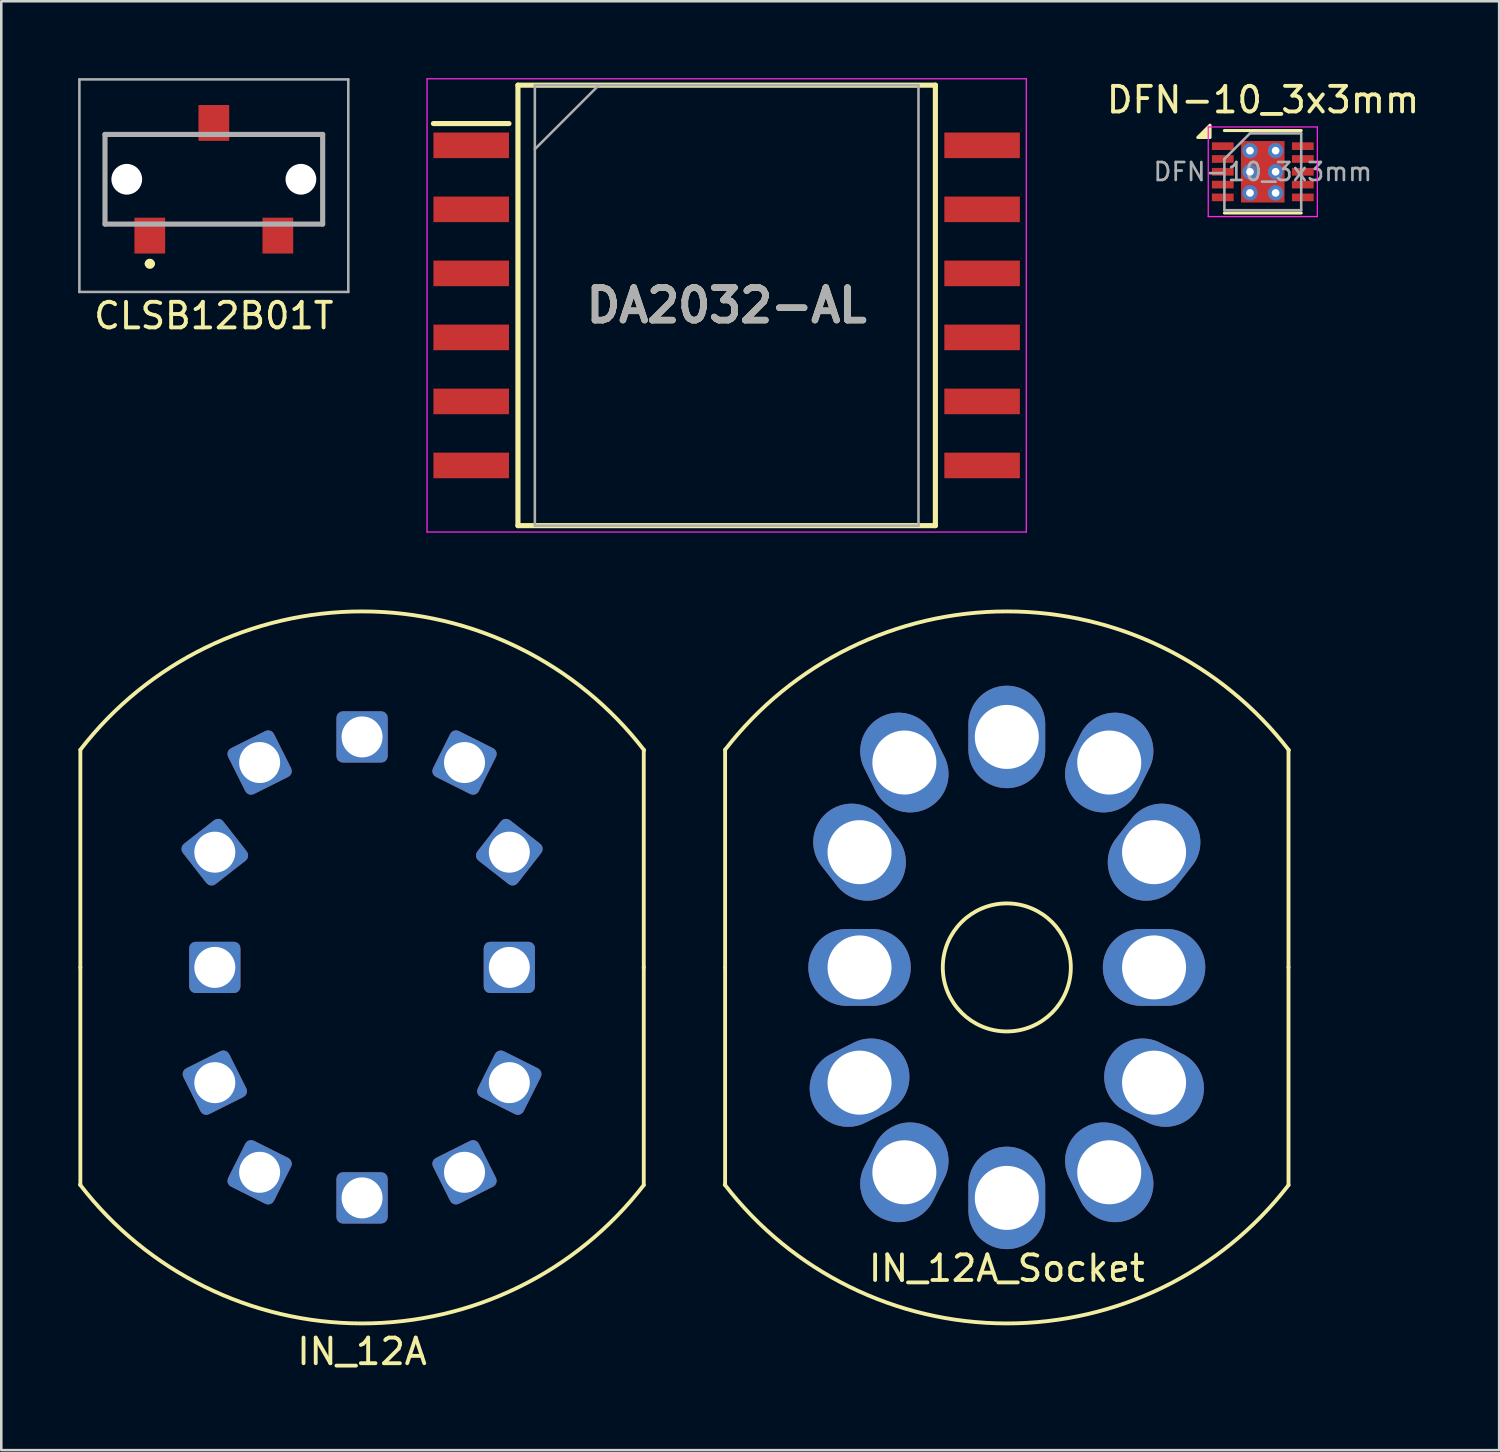
<source format=kicad_pcb>
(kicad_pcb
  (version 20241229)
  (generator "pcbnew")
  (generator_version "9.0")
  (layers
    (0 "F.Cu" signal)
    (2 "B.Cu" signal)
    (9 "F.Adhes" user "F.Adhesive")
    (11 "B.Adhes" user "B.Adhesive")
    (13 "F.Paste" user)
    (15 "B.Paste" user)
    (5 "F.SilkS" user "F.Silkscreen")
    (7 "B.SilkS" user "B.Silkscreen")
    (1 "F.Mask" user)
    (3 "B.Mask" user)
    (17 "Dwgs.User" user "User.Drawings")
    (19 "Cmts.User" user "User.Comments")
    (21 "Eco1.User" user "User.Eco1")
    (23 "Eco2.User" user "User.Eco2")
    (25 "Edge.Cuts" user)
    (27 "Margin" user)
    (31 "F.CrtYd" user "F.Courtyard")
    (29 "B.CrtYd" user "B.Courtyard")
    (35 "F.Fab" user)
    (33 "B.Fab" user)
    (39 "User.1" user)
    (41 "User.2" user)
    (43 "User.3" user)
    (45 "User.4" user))
  (footprint "CLSB12B01T"
    (layer "F.Cu")
    (at 5.3 4.55)
    (property "Reference" "CLSB12B01T" (at 0 4.73 0) (layer "F.SilkS") (effects (font (size 1 1) (thickness 0.15))))
    (attr smd)
    (fp_line (start -4.25 -2.35) (end -1 -2.35) (stroke (width 0.1) (type solid)) (layer "F.SilkS"))
    (fp_line (start -4.25 1.15) (end -4.25 -2.35) (stroke (width 0.1) (type solid)) (layer "F.SilkS"))
    (fp_line (start -3.5 1.15) (end -4.25 1.15) (stroke (width 0.1) (type solid)) (layer "F.SilkS"))
    (fp_line (start 1 -2.35) (end 4.25 -2.35) (stroke (width 0.1) (type solid)) (layer "F.SilkS"))
    (fp_line (start 4.25 -2.35) (end 4.25 1.15) (stroke (width 0.1) (type solid)) (layer "F.SilkS"))
    (fp_line (start 4.25 1.15) (end 3.5 1.15) (stroke (width 0.1) (type solid)) (layer "F.SilkS"))
    (fp_arc (start -2.6 2.7) (mid -2.5 2.6) (end -2.4 2.7) (stroke (width 0.2) (type solid)) (layer "F.SilkS"))
    (fp_arc (start -2.4 2.7) (mid -2.5 2.8) (end -2.6 2.7) (stroke (width 0.2) (type solid)) (layer "F.SilkS"))
    (fp_line (start -5.25 -4.5) (end 5.25 -4.5) (stroke (width 0.1) (type solid)) (layer "F.Fab"))
    (fp_line (start -5.25 3.8) (end -5.25 -4.5) (stroke (width 0.1) (type solid)) (layer "F.Fab"))
    (fp_line (start -4.25 -2.35) (end 4.25 -2.35) (stroke (width 0.2) (type solid)) (layer "F.Fab"))
    (fp_line (start -4.25 1.15) (end -4.25 -2.35) (stroke (width 0.2) (type solid)) (layer "F.Fab"))
    (fp_line (start 4.25 -2.35) (end 4.25 1.15) (stroke (width 0.2) (type solid)) (layer "F.Fab"))
    (fp_line (start 4.25 1.15) (end -4.25 1.15) (stroke (width 0.2) (type solid)) (layer "F.Fab"))
    (fp_line (start 5.25 -4.5) (end 5.25 3.8) (stroke (width 0.1) (type solid)) (layer "F.Fab"))
    (fp_line (start 5.25 3.8) (end -5.25 3.8) (stroke (width 0.1) (type solid)) (layer "F.Fab"))
    (pad "" np_thru_hole circle (at -3.4 -0.6) (size 1.2 1.2) (drill 1.2) (layers "*.Cu" "*.Mask"))
    (pad "" np_thru_hole circle (at 3.4 -0.6) (size 1.2 1.2) (drill 1.2) (layers "*.Cu" "*.Mask"))
    (pad "1" smd rect (at -2.5 1.6) (size 1.2 1.4) (layers "F.Cu" "F.Mask" "F.Paste"))
    (pad "2" smd rect (at 0 -2.8) (size 1.2 1.4) (layers "F.Cu" "F.Mask" "F.Paste"))
    (pad "3" smd rect (at 2.5 1.6) (size 1.2 1.4) (layers "F.Cu" "F.Mask" "F.Paste")))
  (footprint "IN_12A"
    (layer "F.Cu")
    (at 11.088 34.726)
    (property "Reference" "IN_12A" (at 0 15 0) (layer "F.SilkS") (effects (font (size 1 1) (thickness 0.15))))
    (attr through_hole)
    (fp_line (start -11 0) (end -11 -8.5) (stroke (width 0.15) (type solid)) (layer "F.SilkS"))
    (fp_line (start -11 0) (end -11 8.5) (stroke (width 0.15) (type solid)) (layer "F.SilkS"))
    (fp_line (start 11 0) (end 11 -8.5) (stroke (width 0.15) (type solid)) (layer "F.SilkS"))
    (fp_line (start 11 0) (end 11 8.5) (stroke (width 0.15) (type solid)) (layer "F.SilkS"))
    (fp_arc (start -11 -8.5) (mid 0.010734 -13.901435) (end 11.013113 -8.483003) (stroke (width 0.15) (type solid)) (layer "F.SilkS"))
    (fp_arc (start 11 8.5) (mid -0.010734 13.901435) (end -11.013113 8.483003) (stroke (width 0.15) (type solid)) (layer "F.SilkS"))
    (pad "1" thru_hole roundrect (at 4 -8 333.4) (size 2 2) (drill 1.6) (layers "*.Cu" "*.Mask") (roundrect_rratio 0.125))
    (pad "2" thru_hole roundrect (at 5.75 -4.5 322) (size 2 2) (drill 1.6) (layers "*.Cu" "*.Mask") (roundrect_rratio 0.125))
    (pad "3" thru_hole roundrect (at 5.75 0 270) (size 2 2) (drill 1.6) (layers "*.Cu" "*.Mask") (roundrect_rratio 0.125))
    (pad "4" thru_hole roundrect (at 5.75 4.5 243.4) (size 2 2) (drill 1.6) (layers "*.Cu" "*.Mask") (roundrect_rratio 0.125))
    (pad "5" thru_hole roundrect (at 4 8 206.6) (size 2 2) (drill 1.6) (layers "*.Cu" "*.Mask") (roundrect_rratio 0.125))
    (pad "6" thru_hole roundrect (at 0 9) (size 2 2) (drill 1.6) (layers "*.Cu" "*.Mask") (roundrect_rratio 0.125))
    (pad "7" thru_hole roundrect (at -4 8 153.4) (size 2 2) (drill 1.6) (layers "*.Cu" "*.Mask") (roundrect_rratio 0.125))
    (pad "8" thru_hole roundrect (at -5.75 4.5 116.6) (size 2 2) (drill 1.6) (layers "*.Cu" "*.Mask") (roundrect_rratio 0.125))
    (pad "9" thru_hole roundrect (at -5.75 0 90) (size 2 2) (drill 1.6) (layers "*.Cu" "*.Mask") (roundrect_rratio 0.125))
    (pad "10" thru_hole roundrect (at -5.75 -4.5 38) (size 2 2) (drill 1.6) (layers "*.Cu" "*.Mask") (roundrect_rratio 0.125))
    (pad "11" thru_hole roundrect (at -4 -8 26.6) (size 2 2) (drill 1.6) (layers "*.Cu" "*.Mask") (roundrect_rratio 0.125))
    (pad "12" thru_hole roundrect (at 0 -9) (size 2 2) (drill 1.6) (layers "*.Cu" "*.Mask") (roundrect_rratio 0.125)))
  (footprint "DA2032-AL"
    (layer "F.Cu")
    (at 25.325 8.875)
    (property "Reference" "DA2032-AL" (at 0 0 0) (layer "F.SilkS") (effects (font (size 1.27 1.27) (thickness 0.254))))
    (attr smd)
    (fp_line (start -11.45 -7.1) (end -8.5 -7.1) (stroke (width 0.2) (type solid)) (layer "F.SilkS"))
    (fp_line (start -8.15 -8.6) (end 8.15 -8.6) (stroke (width 0.2) (type solid)) (layer "F.SilkS"))
    (fp_line (start -8.15 8.6) (end -8.15 -8.6) (stroke (width 0.2) (type solid)) (layer "F.SilkS"))
    (fp_line (start 8.15 -8.6) (end 8.15 8.6) (stroke (width 0.2) (type solid)) (layer "F.SilkS"))
    (fp_line (start 8.15 8.6) (end -8.15 8.6) (stroke (width 0.2) (type solid)) (layer "F.SilkS"))
    (fp_line (start -11.7 -8.85) (end 11.7 -8.85) (stroke (width 0.05) (type solid)) (layer "F.CrtYd"))
    (fp_line (start -11.7 8.85) (end -11.7 -8.85) (stroke (width 0.05) (type solid)) (layer "F.CrtYd"))
    (fp_line (start 11.7 -8.85) (end 11.7 8.85) (stroke (width 0.05) (type solid)) (layer "F.CrtYd"))
    (fp_line (start 11.7 8.85) (end -11.7 8.85) (stroke (width 0.05) (type solid)) (layer "F.CrtYd"))
    (fp_line (start -7.49 -8.6) (end 7.49 -8.6) (stroke (width 0.1) (type solid)) (layer "F.Fab"))
    (fp_line (start -7.49 -6.1) (end -4.99 -8.6) (stroke (width 0.1) (type solid)) (layer "F.Fab"))
    (fp_line (start -7.49 8.6) (end -7.49 -8.6) (stroke (width 0.1) (type solid)) (layer "F.Fab"))
    (fp_line (start 7.49 -8.6) (end 7.49 8.6) (stroke (width 0.1) (type solid)) (layer "F.Fab"))
    (fp_line (start 7.49 8.6) (end -7.49 8.6) (stroke (width 0.1) (type solid)) (layer "F.Fab"))
    (fp_text user "${REFERENCE}" (at 0 0 0) (layer "F.Fab") (effects (font (size 1.27 1.27) (thickness 0.254))))
    (pad "1" smd rect (at -9.975 -6.25 90) (size 1 2.95) (layers "F.Cu" "F.Mask" "F.Paste"))
    (pad "2" smd rect (at -9.975 -3.75 90) (size 1 2.95) (layers "F.Cu" "F.Mask" "F.Paste"))
    (pad "3" smd rect (at -9.975 -1.25 90) (size 1 2.95) (layers "F.Cu" "F.Mask" "F.Paste"))
    (pad "4" smd rect (at -9.975 1.25 90) (size 1 2.95) (layers "F.Cu" "F.Mask" "F.Paste"))
    (pad "5" smd rect (at -9.975 3.75 90) (size 1 2.95) (layers "F.Cu" "F.Mask" "F.Paste"))
    (pad "6" smd rect (at -9.975 6.25 90) (size 1 2.95) (layers "F.Cu" "F.Mask" "F.Paste"))
    (pad "7" smd rect (at 9.975 6.25 90) (size 1 2.95) (layers "F.Cu" "F.Mask" "F.Paste"))
    (pad "8" smd rect (at 9.975 3.75 90) (size 1 2.95) (layers "F.Cu" "F.Mask" "F.Paste"))
    (pad "9" smd rect (at 9.975 1.25 90) (size 1 2.95) (layers "F.Cu" "F.Mask" "F.Paste"))
    (pad "10" smd rect (at 9.975 -1.25 90) (size 1 2.95) (layers "F.Cu" "F.Mask" "F.Paste"))
    (pad "11" smd rect (at 9.975 -3.75 90) (size 1 2.95) (layers "F.Cu" "F.Mask" "F.Paste"))
    (pad "12" smd rect (at 9.975 -6.25 90) (size 1 2.95) (layers "F.Cu" "F.Mask" "F.Paste")))
  (footprint "IN_12A_Socket"
    (layer "F.Cu")
    (at 36.264 34.726)
    (property "Reference" "IN_12A_Socket" (at 0 11.75 0) (layer "F.SilkS") (effects (font (size 1 1) (thickness 0.15))))
    (attr through_hole)
    (fp_line (start -11 0) (end -11 -8.5) (stroke (width 0.15) (type solid)) (layer "F.SilkS"))
    (fp_line (start -11 0) (end -11 8.5) (stroke (width 0.15) (type solid)) (layer "F.SilkS"))
    (fp_line (start 11 0) (end 11 -8.5) (stroke (width 0.15) (type solid)) (layer "F.SilkS"))
    (fp_line (start 11 0) (end 11 8.5) (stroke (width 0.15) (type solid)) (layer "F.SilkS"))
    (fp_arc (start -11 -8.5) (mid 0.010734 -13.901435) (end 11.013113 -8.483003) (stroke (width 0.15) (type solid)) (layer "F.SilkS"))
    (fp_arc (start 11 8.5) (mid -0.010734 13.901435) (end -11.013113 8.483003) (stroke (width 0.15) (type solid)) (layer "F.SilkS"))
    (fp_circle (center 0 0) (end 2.5 0) (stroke (width 0.15) (type solid)) (fill no) (layer "F.SilkS"))
    (pad "1" thru_hole oval (at 4 -8 333.4) (size 3 4) (drill 2.5) (layers "*.Cu" "*.Mask"))
    (pad "2" thru_hole oval (at 5.75 -4.5 322) (size 3 4) (drill 2.5) (layers "*.Cu" "*.Mask"))
    (pad "3" thru_hole oval (at 5.75 0 270) (size 3 4) (drill 2.5) (layers "*.Cu" "*.Mask"))
    (pad "4" thru_hole oval (at 5.75 4.5 243.4) (size 3 4) (drill 2.5) (layers "*.Cu" "*.Mask"))
    (pad "5" thru_hole oval (at 4 8 206.6) (size 3 4) (drill 2.5) (layers "*.Cu" "*.Mask"))
    (pad "6" thru_hole oval (at 0 9) (size 3 4) (drill 2.5) (layers "*.Cu" "*.Mask"))
    (pad "7" thru_hole oval (at -4 8 153.4) (size 3 4) (drill 2.5) (layers "*.Cu" "*.Mask"))
    (pad "8" thru_hole oval (at -5.75 4.5 116.6) (size 3 4) (drill 2.5) (layers "*.Cu" "*.Mask"))
    (pad "9" thru_hole oval (at -5.75 0 90) (size 3 4) (drill 2.5) (layers "*.Cu" "*.Mask"))
    (pad "10" thru_hole oval (at -5.75 -4.5 38) (size 3 4) (drill 2.5) (layers "*.Cu" "*.Mask"))
    (pad "11" thru_hole oval (at -4 -8 26.6) (size 3 4) (drill 2.5) (layers "*.Cu" "*.Mask"))
    (pad "12" thru_hole oval (at 0 -9) (size 3 4) (drill 2.5) (layers "*.Cu" "*.Mask")))
  (footprint "DFN-10_3x3mm"
    (layer "F.Cu")
    (at 46.26 3.658)
    (property "Reference" "DFN-10_3x3mm" (at 0.01 -2.81 0) (unlocked yes) (layer "F.SilkS") (effects (font (size 1 1) (thickness 0.15))))
    (attr smd)
    (fp_line (start -1.5 -1.61) (end 1.5 -1.61) (stroke (width 0.12) (type solid)) (layer "F.SilkS"))
    (fp_line (start -1.5 1.61) (end 1.5 1.61) (stroke (width 0.12) (type solid)) (layer "F.SilkS"))
    (fp_poly (pts (xy -2.06 -1.34) (xy -2.54 -1.34) (xy -2.06 -1.82) (xy -2.06 -1.34)) (stroke (width 0.12) (type solid)) (fill yes) (layer "F.SilkS"))
    (fp_line (start -2.13 -1.75) (end -2.13 1.75) (stroke (width 0.05) (type solid)) (layer "F.CrtYd"))
    (fp_line (start -2.13 -1.75) (end 2.13 -1.75) (stroke (width 0.05) (type solid)) (layer "F.CrtYd"))
    (fp_line (start -2.13 1.75) (end 2.13 1.75) (stroke (width 0.05) (type solid)) (layer "F.CrtYd"))
    (fp_line (start 2.13 -1.75) (end 2.13 1.75) (stroke (width 0.05) (type solid)) (layer "F.CrtYd"))
    (fp_line (start -1.5 -0.5) (end -0.5 -1.5) (stroke (width 0.1) (type solid)) (layer "F.Fab"))
    (fp_line (start -1.5 1.5) (end -1.5 -0.5) (stroke (width 0.1) (type solid)) (layer "F.Fab"))
    (fp_line (start -0.5 -1.5) (end 1.5 -1.5) (stroke (width 0.1) (type solid)) (layer "F.Fab"))
    (fp_line (start 1.5 -1.5) (end 1.5 1.5) (stroke (width 0.1) (type solid)) (layer "F.Fab"))
    (fp_line (start 1.5 1.5) (end -1.5 1.5) (stroke (width 0.1) (type solid)) (layer "F.Fab"))
    (fp_text user "${REFERENCE}" (at 0 0 0) (layer "F.Fab") (effects (font (size 0.7 0.7) (thickness 0.105))))
    (pad "" smd rect (at -0.388 -0.62) (size 0.6 0.9) (layers "F.Paste"))
    (pad "" smd rect (at -0.388 0.62) (size 0.6 0.9) (layers "F.Paste"))
    (pad "" smd rect (at 0.388 -0.62) (size 0.6 0.9) (layers "F.Paste"))
    (pad "" smd rect (at 0.388 0.62) (size 0.6 0.9) (layers "F.Paste"))
    (pad "1" smd rect (at -1.562 -1) (size 0.85 0.3) (layers "F.Cu" "F.Mask" "F.Paste"))
    (pad "2" smd rect (at -1.562 -0.5) (size 0.85 0.3) (layers "F.Cu" "F.Mask" "F.Paste"))
    (pad "3" smd rect (at -1.562 0) (size 0.85 0.3) (layers "F.Cu" "F.Mask" "F.Paste"))
    (pad "4" smd rect (at -1.562 0.5) (size 0.85 0.3) (layers "F.Cu" "F.Mask" "F.Paste"))
    (pad "5" smd rect (at -1.562 1) (size 0.85 0.3) (layers "F.Cu" "F.Mask" "F.Paste"))
    (pad "6" smd rect (at 1.562 1) (size 0.85 0.3) (layers "F.Cu" "F.Mask" "F.Paste"))
    (pad "7" smd rect (at 1.562 0.5) (size 0.85 0.3) (layers "F.Cu" "F.Mask" "F.Paste"))
    (pad "8" smd rect (at 1.562 0) (size 0.85 0.3) (layers "F.Cu" "F.Mask" "F.Paste"))
    (pad "9" smd rect (at 1.562 -0.5) (size 0.85 0.3) (layers "F.Cu" "F.Mask" "F.Paste"))
    (pad "10" smd rect (at 1.562 -1) (size 0.85 0.3) (layers "F.Cu" "F.Mask" "F.Paste"))
    (pad "11" thru_hole circle (at -0.5 -0.825) (size 0.6 0.6) (drill 0.3) (layers "*.Cu" "*.Mask"))
    (pad "11" thru_hole circle (at -0.5 0) (size 0.6 0.6) (drill 0.3) (layers "*.Cu" "*.Mask"))
    (pad "11" thru_hole circle (at -0.5 0.825) (size 0.6 0.6) (drill 0.3) (layers "*.Cu" "*.Mask"))
    (pad "11" smd rect (at 0 0) (size 1.7 2.4) (layers "F.Cu" "F.Mask"))
    (pad "11" thru_hole circle (at 0.5 -0.825) (size 0.6 0.6) (drill 0.3) (layers "*.Cu" "*.Mask"))
    (pad "11" thru_hole circle (at 0.5 0) (size 0.6 0.6) (drill 0.3) (layers "*.Cu" "*.Mask"))
    (pad "11" thru_hole circle (at 0.5 0.825) (size 0.6 0.6) (drill 0.3) (layers "*.Cu" "*.Mask")))
  (gr_rect
    (start -3 -3)
    (end 55.49 53.575)
    (stroke (width 0.1) (type default))
    (fill no)
    (layer "Edge.Cuts")))
</source>
